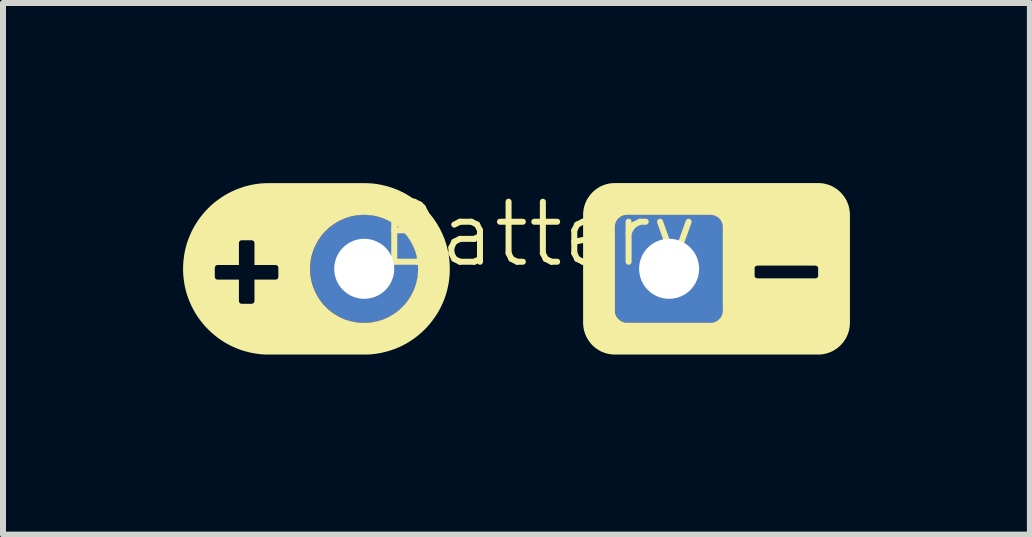
<source format=kicad_pcb>
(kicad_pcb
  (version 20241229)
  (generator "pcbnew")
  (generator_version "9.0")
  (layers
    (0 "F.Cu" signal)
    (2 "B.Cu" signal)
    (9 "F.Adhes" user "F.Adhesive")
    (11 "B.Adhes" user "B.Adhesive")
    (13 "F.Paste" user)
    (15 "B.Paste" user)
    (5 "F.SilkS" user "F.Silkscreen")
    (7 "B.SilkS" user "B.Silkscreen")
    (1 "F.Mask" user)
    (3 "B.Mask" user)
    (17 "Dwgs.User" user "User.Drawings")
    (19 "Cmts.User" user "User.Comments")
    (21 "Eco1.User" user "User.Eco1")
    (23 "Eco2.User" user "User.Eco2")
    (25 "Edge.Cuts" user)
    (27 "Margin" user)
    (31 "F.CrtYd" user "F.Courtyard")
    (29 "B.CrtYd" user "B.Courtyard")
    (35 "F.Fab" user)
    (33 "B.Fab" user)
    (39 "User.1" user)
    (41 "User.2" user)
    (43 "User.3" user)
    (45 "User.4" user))
  (footprint "Battery"
    (layer "F.Cu")
    (at 5.559 1.429)
    (property "Reference" "Battery" (at 0.365 -0.575 0) (unlocked yes) (layer "F.SilkS") (effects (font (size 1 1) (thickness 0.1))))
    (attr through_hole)
    (fp_poly (pts (xy 5.051 -1.428) (xy 5.077 -1.426) (xy 5.104 -1.423) (xy 5.13 -1.418) (xy 5.156 -1.412) (xy 5.181 -1.405) (xy 5.205 -1.397) (xy 5.229 -1.387) (xy 5.253 -1.377) (xy 5.276 -1.365) (xy 5.298 -1.352) (xy 5.319 -1.338) (xy 5.34 -1.324) (xy 5.36 -1.308) (xy 5.379 -1.291) (xy 5.398 -1.274) (xy 5.415 -1.255) (xy 5.432 -1.236) (xy 5.447 -1.216) (xy 5.462 -1.195) (xy 5.476 -1.174) (xy 5.489 -1.152) (xy 5.5 -1.129) (xy 5.511 -1.106) (xy 5.52 -1.082) (xy 5.529 -1.057) (xy 5.536 -1.032) (xy 5.542 -1.006) (xy 5.546 -0.98) (xy 5.55 -0.954) (xy 5.552 -0.927) (xy 5.553 -0.9) (xy 5.553 0.9) (xy 5.552 0.927) (xy 5.55 0.954) (xy 5.546 0.98) (xy 5.542 1.006) (xy 5.536 1.032) (xy 5.529 1.057) (xy 5.52 1.082) (xy 5.511 1.106) (xy 5.5 1.129) (xy 5.489 1.152) (xy 5.476 1.174) (xy 5.462 1.195) (xy 5.447 1.216) (xy 5.432 1.236) (xy 5.415 1.255) (xy 5.398 1.274) (xy 5.379 1.291) (xy 5.36 1.308) (xy 5.34 1.324) (xy 5.319 1.338) (xy 5.298 1.352) (xy 5.276 1.365) (xy 5.253 1.377) (xy 5.229 1.387) (xy 5.205 1.397) (xy 5.181 1.405) (xy 5.156 1.412) (xy 5.13 1.418) (xy 5.104 1.423) (xy 5.077 1.426) (xy 5.051 1.428) (xy 5.023 1.429) (xy 1.637 1.429) (xy 1.609 1.428) (xy 1.583 1.426) (xy 1.556 1.423) (xy 1.53 1.418) (xy 1.504 1.412) (xy 1.479 1.405) (xy 1.455 1.397) (xy 1.431 1.387) (xy 1.407 1.377) (xy 1.384 1.365) (xy 1.362 1.352) (xy 1.341 1.338) (xy 1.32 1.324) (xy 1.3 1.308) (xy 1.281 1.291) (xy 1.262 1.274) (xy 1.245 1.255) (xy 1.228 1.236) (xy 1.213 1.216) (xy 1.198 1.195) (xy 1.184 1.174) (xy 1.171 1.152) (xy 1.16 1.129) (xy 1.149 1.106) (xy 1.14 1.082) (xy 1.131 1.057) (xy 1.124 1.032) (xy 1.118 1.006) (xy 1.114 0.98) (xy 1.11 0.954) (xy 1.108 0.927) (xy 1.107 0.9) (xy 1.107 -0.671) (xy 1.637 -0.671) (xy 1.637 -0.637) (xy 1.638 -0.572) (xy 1.638 0.616) (xy 1.638 0.649) (xy 1.638 0.666) (xy 1.638 0.682) (xy 1.638 0.699) (xy 1.639 0.707) (xy 1.639 0.715) (xy 1.64 0.723) (xy 1.641 0.732) (xy 1.643 0.74) (xy 1.645 0.748) (xy 1.648 0.758) (xy 1.651 0.768) (xy 1.655 0.778) (xy 1.66 0.788) (xy 1.666 0.798) (xy 1.671 0.807) (xy 1.678 0.816) (xy 1.685 0.824) (xy 1.692 0.833) (xy 1.7 0.841) (xy 1.708 0.848) (xy 1.717 0.855) (xy 1.725 0.862) (xy 1.735 0.868) (xy 1.744 0.873) (xy 1.754 0.879) (xy 1.763 0.883) (xy 1.773 0.886) (xy 1.783 0.889) (xy 1.793 0.892) (xy 1.803 0.894) (xy 1.813 0.896) (xy 1.823 0.897) (xy 1.833 0.898) (xy 1.843 0.899) (xy 1.854 0.899) (xy 1.874 0.899) (xy 1.915 0.899) (xy 3.163 0.899) (xy 3.202 0.9) (xy 3.221 0.899) (xy 3.231 0.899) (xy 3.24 0.898) (xy 3.25 0.898) (xy 3.26 0.896) (xy 3.269 0.895) (xy 3.278 0.893) (xy 3.288 0.891) (xy 3.297 0.888) (xy 3.306 0.885) (xy 3.315 0.881) (xy 3.32 0.879) (xy 3.325 0.876) (xy 3.331 0.873) (xy 3.336 0.87) (xy 3.34 0.867) (xy 3.345 0.864) (xy 3.35 0.86) (xy 3.355 0.857) (xy 3.359 0.853) (xy 3.364 0.849) (xy 3.368 0.846) (xy 3.372 0.842) (xy 3.376 0.838) (xy 3.38 0.833) (xy 3.384 0.829) (xy 3.388 0.825) (xy 3.394 0.819) (xy 3.399 0.812) (xy 3.403 0.805) (xy 3.408 0.798) (xy 3.412 0.791) (xy 3.415 0.784) (xy 3.421 0.769) (xy 3.426 0.753) (xy 3.43 0.737) (xy 3.432 0.721) (xy 3.434 0.704) (xy 3.435 0.688) (xy 3.436 0.671) (xy 3.436 0.637) (xy 3.434 0.572) (xy 3.434 -0.01) (xy 3.965 -0.01) (xy 3.965 0.116) (xy 3.965 0.118) (xy 3.965 0.12) (xy 3.965 0.123) (xy 3.966 0.125) (xy 3.966 0.127) (xy 3.967 0.129) (xy 3.968 0.131) (xy 3.968 0.133) (xy 3.969 0.135) (xy 3.97 0.137) (xy 3.972 0.138) (xy 3.973 0.14) (xy 3.974 0.142) (xy 3.976 0.144) (xy 3.977 0.145) (xy 3.979 0.147) (xy 3.98 0.148) (xy 3.982 0.149) (xy 3.984 0.151) (xy 3.986 0.152) (xy 3.988 0.153) (xy 3.99 0.154) (xy 3.992 0.155) (xy 3.995 0.156) (xy 3.997 0.156) (xy 3.999 0.157) (xy 4.001 0.158) (xy 4.004 0.158) (xy 4.006 0.158) (xy 4.009 0.159) (xy 4.012 0.159) (xy 4.014 0.159) (xy 4.972 0.159) (xy 4.975 0.159) (xy 4.977 0.159) (xy 4.98 0.158) (xy 4.983 0.158) (xy 4.985 0.158) (xy 4.988 0.157) (xy 4.99 0.156) (xy 4.992 0.156) (xy 4.995 0.155) (xy 4.997 0.154) (xy 4.999 0.153) (xy 5.001 0.152) (xy 5.003 0.151) (xy 5.006 0.149) (xy 5.008 0.148) (xy 5.01 0.147) (xy 5.011 0.145) (xy 5.013 0.144) (xy 5.014 0.142) (xy 5.016 0.14) (xy 5.017 0.138) (xy 5.018 0.137) (xy 5.019 0.135) (xy 5.02 0.133) (xy 5.021 0.131) (xy 5.021 0.129) (xy 5.022 0.127) (xy 5.022 0.125) (xy 5.023 0.123) (xy 5.023 0.12) (xy 5.023 0.118) (xy 5.023 0.116) (xy 5.023 -0.01) (xy 5.023 -0.012) (xy 5.023 -0.015) (xy 5.023 -0.017) (xy 5.022 -0.019) (xy 5.022 -0.021) (xy 5.021 -0.023) (xy 5.021 -0.025) (xy 5.02 -0.027) (xy 5.019 -0.029) (xy 5.018 -0.031) (xy 5.017 -0.033) (xy 5.016 -0.034) (xy 5.014 -0.036) (xy 5.013 -0.038) (xy 5.011 -0.039) (xy 5.01 -0.041) (xy 5.008 -0.042) (xy 5.006 -0.044) (xy 5.003 -0.045) (xy 5.001 -0.046) (xy 4.999 -0.047) (xy 4.997 -0.048) (xy 4.995 -0.049) (xy 4.992 -0.05) (xy 4.99 -0.051) (xy 4.988 -0.051) (xy 4.985 -0.052) (xy 4.983 -0.052) (xy 4.98 -0.052) (xy 4.977 -0.053) (xy 4.975 -0.053) (xy 4.972 -0.053) (xy 4.014 -0.053) (xy 4.012 -0.053) (xy 4.009 -0.053) (xy 4.006 -0.052) (xy 4.004 -0.052) (xy 4.001 -0.052) (xy 3.999 -0.051) (xy 3.997 -0.051) (xy 3.995 -0.05) (xy 3.992 -0.049) (xy 3.99 -0.048) (xy 3.988 -0.047) (xy 3.986 -0.046) (xy 3.984 -0.045) (xy 3.982 -0.044) (xy 3.98 -0.042) (xy 3.979 -0.041) (xy 3.977 -0.039) (xy 3.976 -0.038) (xy 3.974 -0.036) (xy 3.973 -0.034) (xy 3.972 -0.033) (xy 3.97 -0.031) (xy 3.969 -0.029) (xy 3.968 -0.027) (xy 3.968 -0.025) (xy 3.967 -0.023) (xy 3.966 -0.021) (xy 3.966 -0.019) (xy 3.965 -0.017) (xy 3.965 -0.015) (xy 3.965 -0.012) (xy 3.965 -0.01) (xy 3.434 -0.01) (xy 3.434 -0.616) (xy 3.435 -0.649) (xy 3.435 -0.666) (xy 3.435 -0.682) (xy 3.434 -0.699) (xy 3.434 -0.707) (xy 3.433 -0.715) (xy 3.432 -0.723) (xy 3.431 -0.732) (xy 3.43 -0.74) (xy 3.428 -0.748) (xy 3.425 -0.758) (xy 3.421 -0.768) (xy 3.417 -0.778) (xy 3.412 -0.788) (xy 3.407 -0.798) (xy 3.401 -0.807) (xy 3.395 -0.816) (xy 3.388 -0.824) (xy 3.38 -0.833) (xy 3.373 -0.841) (xy 3.364 -0.848) (xy 3.356 -0.855) (xy 3.347 -0.862) (xy 3.338 -0.868) (xy 3.328 -0.873) (xy 3.319 -0.878) (xy 3.309 -0.883) (xy 3.3 -0.886) (xy 3.29 -0.889) (xy 3.28 -0.892) (xy 3.27 -0.894) (xy 3.26 -0.896) (xy 3.25 -0.897) (xy 3.239 -0.898) (xy 3.229 -0.899) (xy 3.219 -0.899) (xy 3.198 -0.899) (xy 3.157 -0.899) (xy 1.919 -0.899) (xy 1.878 -0.9) (xy 1.857 -0.899) (xy 1.847 -0.899) (xy 1.837 -0.899) (xy 1.827 -0.898) (xy 1.816 -0.897) (xy 1.806 -0.895) (xy 1.796 -0.894) (xy 1.786 -0.891) (xy 1.777 -0.889) (xy 1.767 -0.885) (xy 1.757 -0.881) (xy 1.752 -0.879) (xy 1.747 -0.876) (xy 1.742 -0.873) (xy 1.737 -0.87) (xy 1.732 -0.867) (xy 1.727 -0.864) (xy 1.722 -0.86) (xy 1.718 -0.857) (xy 1.713 -0.853) (xy 1.709 -0.849) (xy 1.705 -0.846) (xy 1.7 -0.842) (xy 1.696 -0.838) (xy 1.692 -0.833) (xy 1.688 -0.829) (xy 1.684 -0.825) (xy 1.679 -0.819) (xy 1.674 -0.812) (xy 1.669 -0.805) (xy 1.665 -0.798) (xy 1.661 -0.791) (xy 1.657 -0.784) (xy 1.651 -0.769) (xy 1.647 -0.753) (xy 1.643 -0.737) (xy 1.64 -0.721) (xy 1.638 -0.704) (xy 1.637 -0.688) (xy 1.637 -0.671) (xy 1.107 -0.671) (xy 1.107 -0.9) (xy 1.108 -0.927) (xy 1.11 -0.954) (xy 1.114 -0.98) (xy 1.118 -1.006) (xy 1.124 -1.032) (xy 1.131 -1.057) (xy 1.14 -1.082) (xy 1.149 -1.106) (xy 1.16 -1.129) (xy 1.171 -1.152) (xy 1.184 -1.174) (xy 1.198 -1.195) (xy 1.213 -1.216) (xy 1.228 -1.236) (xy 1.245 -1.255) (xy 1.262 -1.274) (xy 1.281 -1.291) (xy 1.3 -1.308) (xy 1.32 -1.324) (xy 1.341 -1.338) (xy 1.362 -1.352) (xy 1.384 -1.365) (xy 1.407 -1.377) (xy 1.431 -1.387) (xy 1.455 -1.397) (xy 1.479 -1.405) (xy 1.504 -1.412) (xy 1.53 -1.418) (xy 1.556 -1.423) (xy 1.583 -1.426) (xy 1.609 -1.428) (xy 1.637 -1.429) (xy 5.023 -1.429)) (stroke (width 0) (type solid)) (fill yes) (layer "F.SilkS"))
    (fp_poly (pts (xy -2.469 -1.426) (xy -2.396 -1.421) (xy -2.325 -1.412) (xy -2.255 -1.399) (xy -2.185 -1.383) (xy -2.118 -1.364) (xy -2.051 -1.341) (xy -1.986 -1.316) (xy -1.923 -1.287) (xy -1.861 -1.256) (xy -1.802 -1.221) (xy -1.744 -1.184) (xy -1.688 -1.144) (xy -1.634 -1.102) (xy -1.582 -1.057) (xy -1.532 -1.01) (xy -1.485 -0.96) (xy -1.44 -0.908) (xy -1.398 -0.854) (xy -1.358 -0.798) (xy -1.321 -0.74) (xy -1.286 -0.68) (xy -1.255 -0.619) (xy -1.226 -0.555) (xy -1.2 -0.491) (xy -1.178 -0.424) (xy -1.159 -0.356) (xy -1.143 -0.287) (xy -1.13 -0.217) (xy -1.121 -0.145) (xy -1.116 -0.073) (xy -1.114 0.001) (xy -1.116 0.074) (xy -1.121 0.147) (xy -1.13 0.218) (xy -1.143 0.289) (xy -1.159 0.358) (xy -1.178 0.426) (xy -1.2 0.492) (xy -1.226 0.557) (xy -1.255 0.62) (xy -1.286 0.682) (xy -1.321 0.742) (xy -1.358 0.799) (xy -1.398 0.855) (xy -1.44 0.909) (xy -1.485 0.961) (xy -1.532 1.011) (xy -1.582 1.058) (xy -1.634 1.103) (xy -1.688 1.146) (xy -1.744 1.185) (xy -1.802 1.223) (xy -1.861 1.257) (xy -1.923 1.289) (xy -1.986 1.317) (xy -2.051 1.343) (xy -2.118 1.365) (xy -2.185 1.384) (xy -2.255 1.4) (xy -2.325 1.413) (xy -2.396 1.422) (xy -2.469 1.428) (xy -2.542 1.429) (xy -4.13 1.429) (xy -4.204 1.428) (xy -4.276 1.422) (xy -4.348 1.413) (xy -4.418 1.4) (xy -4.487 1.384) (xy -4.555 1.365) (xy -4.621 1.343) (xy -4.686 1.317) (xy -4.749 1.289) (xy -4.811 1.257) (xy -4.871 1.223) (xy -4.929 1.185) (xy -4.985 1.146) (xy -5.039 1.103) (xy -5.091 1.058) (xy -5.14 1.011) (xy -5.188 0.961) (xy -5.232 0.909) (xy -5.275 0.855) (xy -5.315 0.799) (xy -5.352 0.742) (xy -5.386 0.682) (xy -5.418 0.62) (xy -5.446 0.557) (xy -5.472 0.492) (xy -5.495 0.426) (xy -5.514 0.358) (xy -5.53 0.289) (xy -5.542 0.218) (xy -5.551 0.147) (xy -5.557 0.074) (xy -5.559 0.001) (xy -5.558 -0.014) (xy -5.03 -0.014) (xy -5.03 0.131) (xy -5.03 0.134) (xy -5.029 0.136) (xy -5.029 0.139) (xy -5.029 0.141) (xy -5.028 0.144) (xy -5.028 0.146) (xy -5.027 0.148) (xy -5.026 0.151) (xy -5.025 0.153) (xy -5.024 0.155) (xy -5.023 0.157) (xy -5.022 0.159) (xy -5.021 0.161) (xy -5.019 0.163) (xy -5.017 0.165) (xy -5.016 0.167) (xy -5.014 0.168) (xy -5.012 0.17) (xy -5.01 0.171) (xy -5.008 0.173) (xy -5.005 0.174) (xy -5.003 0.175) (xy -5.001 0.176) (xy -4.999 0.177) (xy -4.996 0.178) (xy -4.994 0.178) (xy -4.991 0.179) (xy -4.989 0.18) (xy -4.986 0.18) (xy -4.984 0.18) (xy -4.981 0.18) (xy -4.978 0.18) (xy -4.628 0.18) (xy -4.628 0.533) (xy -4.628 0.536) (xy -4.628 0.539) (xy -4.628 0.541) (xy -4.627 0.544) (xy -4.627 0.546) (xy -4.626 0.548) (xy -4.626 0.551) (xy -4.625 0.553) (xy -4.624 0.555) (xy -4.623 0.557) (xy -4.622 0.559) (xy -4.621 0.561) (xy -4.619 0.563) (xy -4.618 0.565) (xy -4.616 0.567) (xy -4.615 0.569) (xy -4.613 0.571) (xy -4.611 0.572) (xy -4.609 0.574) (xy -4.607 0.575) (xy -4.605 0.576) (xy -4.603 0.577) (xy -4.601 0.578) (xy -4.599 0.579) (xy -4.597 0.58) (xy -4.594 0.581) (xy -4.592 0.581) (xy -4.589 0.582) (xy -4.587 0.582) (xy -4.584 0.583) (xy -4.582 0.583) (xy -4.579 0.583) (xy -4.418 0.583) (xy -4.415 0.583) (xy -4.413 0.583) (xy -4.411 0.582) (xy -4.408 0.582) (xy -4.406 0.581) (xy -4.404 0.581) (xy -4.402 0.58) (xy -4.4 0.579) (xy -4.398 0.578) (xy -4.396 0.577) (xy -4.394 0.576) (xy -4.392 0.575) (xy -4.39 0.574) (xy -4.388 0.572) (xy -4.386 0.571) (xy -4.384 0.569) (xy -4.382 0.567) (xy -4.381 0.565) (xy -4.379 0.563) (xy -4.377 0.561) (xy -4.376 0.559) (xy -4.375 0.557) (xy -4.374 0.555) (xy -4.373 0.553) (xy -4.372 0.551) (xy -4.371 0.548) (xy -4.37 0.546) (xy -4.37 0.544) (xy -4.369 0.541) (xy -4.369 0.539) (xy -4.369 0.536) (xy -4.369 0.533) (xy -4.369 0.18) (xy -4.02 0.18) (xy -4.018 0.18) (xy -4.015 0.18) (xy -4.013 0.18) (xy -4.01 0.18) (xy -4.008 0.179) (xy -4.005 0.178) (xy -4.003 0.178) (xy -4.001 0.177) (xy -3.999 0.176) (xy -3.996 0.175) (xy -3.994 0.174) (xy -3.992 0.173) (xy -3.99 0.171) (xy -3.989 0.17) (xy -3.987 0.168) (xy -3.985 0.167) (xy -3.983 0.165) (xy -3.982 0.163) (xy -3.98 0.161) (xy -3.979 0.159) (xy -3.978 0.157) (xy -3.977 0.155) (xy -3.976 0.153) (xy -3.975 0.151) (xy -3.974 0.148) (xy -3.973 0.146) (xy -3.973 0.144) (xy -3.972 0.141) (xy -3.972 0.139) (xy -3.971 0.136) (xy -3.971 0.134) (xy -3.971 0.131) (xy -3.971 0.001) (xy -3.442 0.001) (xy -3.441 0.047) (xy -3.437 0.093) (xy -3.432 0.138) (xy -3.424 0.182) (xy -3.414 0.225) (xy -3.402 0.268) (xy -3.387 0.31) (xy -3.371 0.351) (xy -3.353 0.391) (xy -3.333 0.429) (xy -3.312 0.467) (xy -3.288 0.504) (xy -3.263 0.539) (xy -3.237 0.573) (xy -3.208 0.606) (xy -3.179 0.637) (xy -3.147 0.667) (xy -3.115 0.695) (xy -3.081 0.722) (xy -3.045 0.747) (xy -3.009 0.77) (xy -2.971 0.792) (xy -2.932 0.812) (xy -2.893 0.83) (xy -2.852 0.846) (xy -2.81 0.86) (xy -2.767 0.872) (xy -2.724 0.882) (xy -2.679 0.89) (xy -2.634 0.896) (xy -2.589 0.899) (xy -2.542 0.9) (xy -2.496 0.899) (xy -2.451 0.896) (xy -2.405 0.89) (xy -2.361 0.882) (xy -2.318 0.872) (xy -2.275 0.86) (xy -2.233 0.846) (xy -2.192 0.83) (xy -2.152 0.812) (xy -2.114 0.792) (xy -2.076 0.77) (xy -2.04 0.747) (xy -2.004 0.722) (xy -1.97 0.695) (xy -1.938 0.667) (xy -1.906 0.637) (xy -1.877 0.606) (xy -1.848 0.573) (xy -1.822 0.539) (xy -1.797 0.504) (xy -1.773 0.467) (xy -1.751 0.429) (xy -1.732 0.391) (xy -1.714 0.351) (xy -1.697 0.31) (xy -1.683 0.268) (xy -1.671 0.225) (xy -1.661 0.182) (xy -1.653 0.138) (xy -1.648 0.093) (xy -1.644 0.047) (xy -1.643 0.001) (xy -1.644 -0.046) (xy -1.648 -0.091) (xy -1.653 -0.136) (xy -1.661 -0.181) (xy -1.671 -0.224) (xy -1.683 -0.267) (xy -1.697 -0.309) (xy -1.714 -0.35) (xy -1.732 -0.389) (xy -1.751 -0.428) (xy -1.773 -0.466) (xy -1.797 -0.502) (xy -1.822 -0.538) (xy -1.848 -0.572) (xy -1.877 -0.604) (xy -1.906 -0.635) (xy -1.938 -0.665) (xy -1.97 -0.694) (xy -2.004 -0.72) (xy -2.04 -0.745) (xy -2.076 -0.769) (xy -2.114 -0.79) (xy -2.152 -0.81) (xy -2.192 -0.828) (xy -2.233 -0.844) (xy -2.275 -0.858) (xy -2.318 -0.871) (xy -2.361 -0.881) (xy -2.405 -0.889) (xy -2.451 -0.894) (xy -2.496 -0.898) (xy -2.542 -0.899) (xy -2.589 -0.898) (xy -2.634 -0.894) (xy -2.679 -0.889) (xy -2.724 -0.881) (xy -2.767 -0.871) (xy -2.81 -0.858) (xy -2.852 -0.844) (xy -2.893 -0.828) (xy -2.932 -0.81) (xy -2.971 -0.79) (xy -3.009 -0.769) (xy -3.045 -0.745) (xy -3.081 -0.72) (xy -3.115 -0.694) (xy -3.147 -0.665) (xy -3.179 -0.635) (xy -3.208 -0.604) (xy -3.237 -0.572) (xy -3.263 -0.538) (xy -3.288 -0.502) (xy -3.312 -0.466) (xy -3.333 -0.428) (xy -3.353 -0.389) (xy -3.371 -0.35) (xy -3.387 -0.309) (xy -3.402 -0.267) (xy -3.414 -0.224) (xy -3.424 -0.181) (xy -3.432 -0.136) (xy -3.437 -0.091) (xy -3.441 -0.046) (xy -3.442 0.001) (xy -3.971 0.001) (xy -3.971 -0.014) (xy -3.971 -0.017) (xy -3.971 -0.019) (xy -3.972 -0.022) (xy -3.972 -0.024) (xy -3.973 -0.027) (xy -3.973 -0.029) (xy -3.974 -0.031) (xy -3.975 -0.034) (xy -3.976 -0.036) (xy -3.977 -0.038) (xy -3.978 -0.04) (xy -3.979 -0.042) (xy -3.98 -0.044) (xy -3.982 -0.046) (xy -3.983 -0.048) (xy -3.985 -0.049) (xy -3.987 -0.051) (xy -3.989 -0.053) (xy -3.99 -0.054) (xy -3.992 -0.056) (xy -3.994 -0.057) (xy -3.996 -0.058) (xy -3.999 -0.059) (xy -4.001 -0.06) (xy -4.003 -0.061) (xy -4.005 -0.061) (xy -4.008 -0.062) (xy -4.01 -0.062) (xy -4.013 -0.063) (xy -4.015 -0.063) (xy -4.018 -0.063) (xy -4.02 -0.063) (xy -4.369 -0.063) (xy -4.369 -0.426) (xy -4.369 -0.429) (xy -4.369 -0.431) (xy -4.369 -0.434) (xy -4.37 -0.436) (xy -4.37 -0.439) (xy -4.371 -0.441) (xy -4.372 -0.444) (xy -4.373 -0.446) (xy -4.374 -0.448) (xy -4.375 -0.45) (xy -4.376 -0.452) (xy -4.377 -0.454) (xy -4.379 -0.456) (xy -4.381 -0.458) (xy -4.382 -0.46) (xy -4.384 -0.462) (xy -4.386 -0.463) (xy -4.388 -0.465) (xy -4.39 -0.466) (xy -4.392 -0.468) (xy -4.394 -0.469) (xy -4.396 -0.47) (xy -4.398 -0.471) (xy -4.4 -0.472) (xy -4.402 -0.473) (xy -4.404 -0.474) (xy -4.406 -0.474) (xy -4.408 -0.475) (xy -4.411 -0.475) (xy -4.413 -0.475) (xy -4.415 -0.476) (xy -4.418 -0.476) (xy -4.579 -0.476) (xy -4.582 -0.476) (xy -4.584 -0.475) (xy -4.587 -0.475) (xy -4.589 -0.475) (xy -4.592 -0.474) (xy -4.594 -0.474) (xy -4.597 -0.473) (xy -4.599 -0.472) (xy -4.601 -0.471) (xy -4.603 -0.47) (xy -4.605 -0.469) (xy -4.607 -0.468) (xy -4.609 -0.466) (xy -4.611 -0.465) (xy -4.613 -0.463) (xy -4.615 -0.462) (xy -4.616 -0.46) (xy -4.618 -0.458) (xy -4.619 -0.456) (xy -4.621 -0.454) (xy -4.622 -0.452) (xy -4.623 -0.45) (xy -4.624 -0.448) (xy -4.625 -0.446) (xy -4.626 -0.444) (xy -4.626 -0.441) (xy -4.627 -0.439) (xy -4.627 -0.436) (xy -4.628 -0.434) (xy -4.628 -0.431) (xy -4.628 -0.429) (xy -4.628 -0.426) (xy -4.628 -0.063) (xy -4.978 -0.063) (xy -4.981 -0.063) (xy -4.984 -0.063) (xy -4.986 -0.063) (xy -4.989 -0.062) (xy -4.991 -0.062) (xy -4.994 -0.061) (xy -4.996 -0.061) (xy -4.999 -0.06) (xy -5.001 -0.059) (xy -5.003 -0.058) (xy -5.005 -0.057) (xy -5.008 -0.056) (xy -5.01 -0.054) (xy -5.012 -0.053) (xy -5.014 -0.051) (xy -5.016 -0.049) (xy -5.017 -0.048) (xy -5.019 -0.046) (xy -5.021 -0.044) (xy -5.022 -0.042) (xy -5.023 -0.04) (xy -5.024 -0.038) (xy -5.025 -0.036) (xy -5.026 -0.034) (xy -5.027 -0.031) (xy -5.028 -0.029) (xy -5.028 -0.027) (xy -5.029 -0.024) (xy -5.029 -0.022) (xy -5.029 -0.019) (xy -5.03 -0.017) (xy -5.03 -0.014) (xy -5.558 -0.014) (xy -5.557 -0.073) (xy -5.551 -0.145) (xy -5.542 -0.217) (xy -5.53 -0.287) (xy -5.514 -0.356) (xy -5.495 -0.424) (xy -5.472 -0.491) (xy -5.446 -0.555) (xy -5.418 -0.619) (xy -5.386 -0.68) (xy -5.352 -0.74) (xy -5.315 -0.798) (xy -5.275 -0.854) (xy -5.232 -0.908) (xy -5.188 -0.96) (xy -5.14 -1.01) (xy -5.091 -1.057) (xy -5.039 -1.102) (xy -4.985 -1.144) (xy -4.929 -1.184) (xy -4.871 -1.221) (xy -4.811 -1.256) (xy -4.749 -1.287) (xy -4.686 -1.316) (xy -4.621 -1.341) (xy -4.555 -1.364) (xy -4.487 -1.383) (xy -4.418 -1.399) (xy -4.348 -1.412) (xy -4.276 -1.421) (xy -4.204 -1.426) (xy -4.13 -1.428) (xy -2.542 -1.428)) (stroke (width 0) (type solid)) (fill yes) (layer "F.SilkS"))
    (pad "1" thru_hole circle (at -2.54 0) (size 1.8 1.8) (drill 1) (layers "*.Cu" "*.Paste" "*.Mask"))
    (pad "2" thru_hole roundrect (at 2.54 0 90) (size 1.8 1.8) (drill 1) (layers "*.Cu" "*.Paste" "*.Mask") (roundrect_rratio 0.111)))
  (gr_rect
    (start -3 -3)
    (end 14.111 5.858)
    (stroke (width 0.1) (type default))
    (fill no)
    (layer "Edge.Cuts")))
</source>
